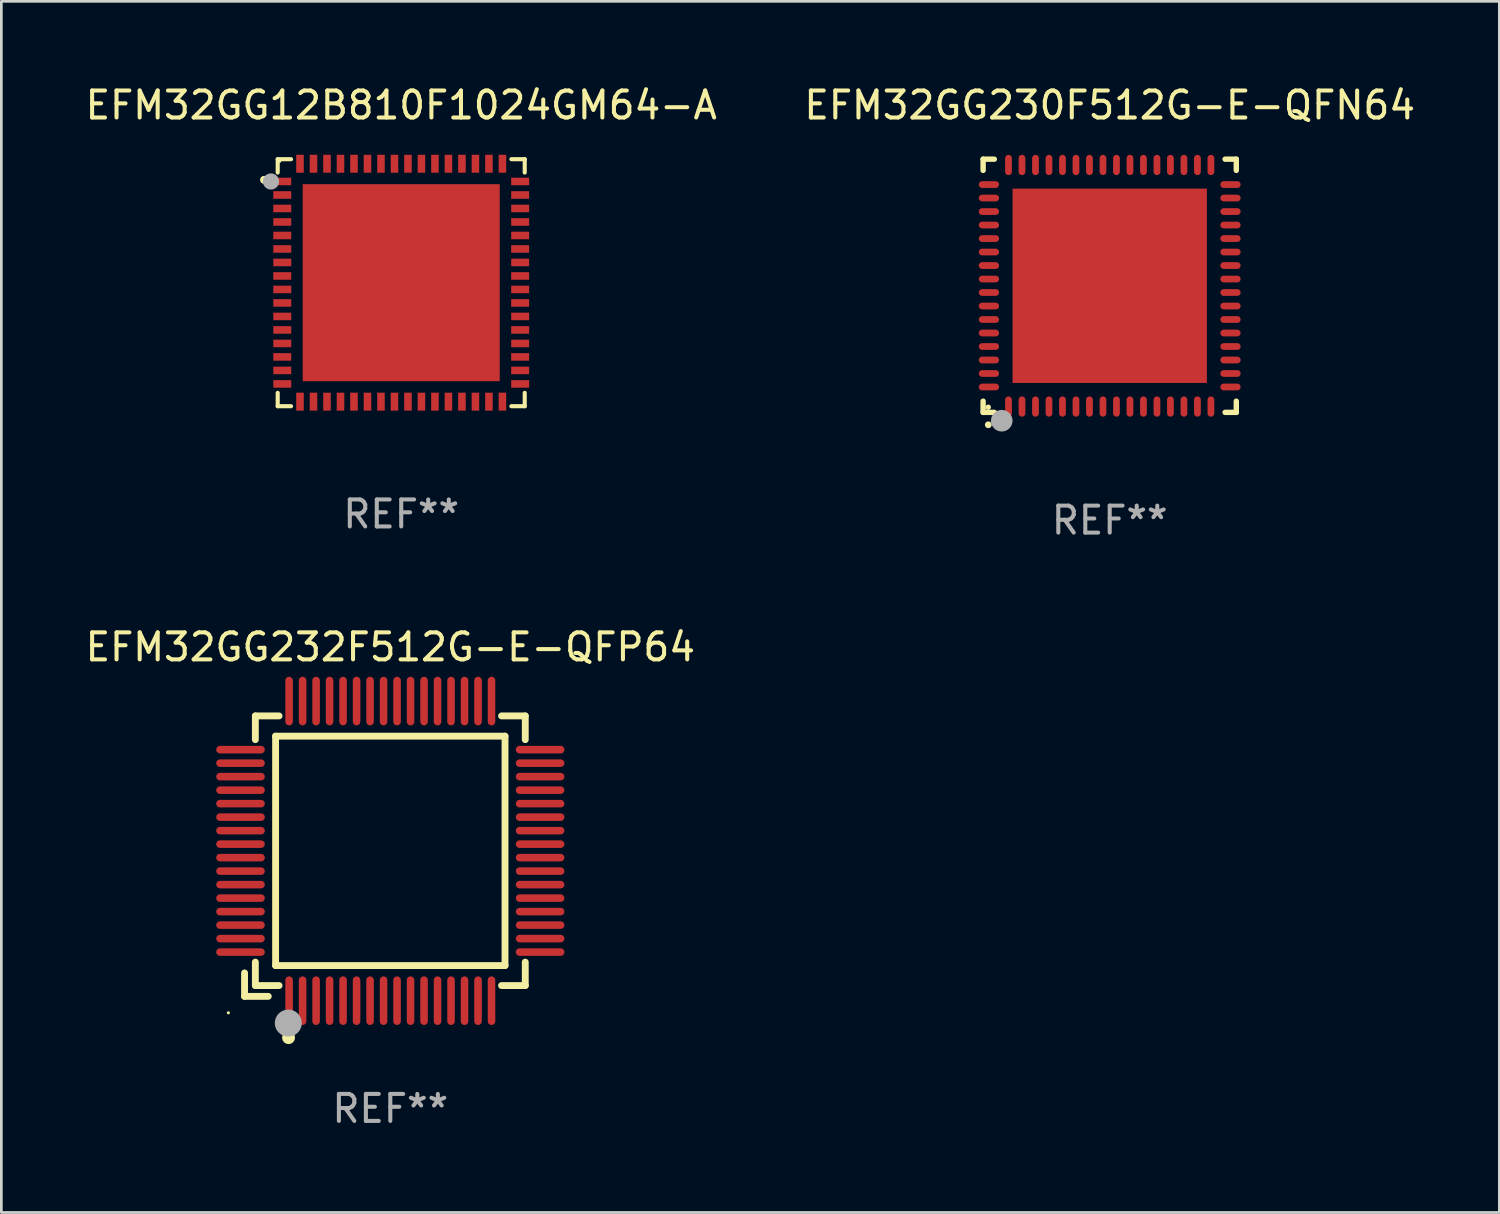
<source format=kicad_pcb>
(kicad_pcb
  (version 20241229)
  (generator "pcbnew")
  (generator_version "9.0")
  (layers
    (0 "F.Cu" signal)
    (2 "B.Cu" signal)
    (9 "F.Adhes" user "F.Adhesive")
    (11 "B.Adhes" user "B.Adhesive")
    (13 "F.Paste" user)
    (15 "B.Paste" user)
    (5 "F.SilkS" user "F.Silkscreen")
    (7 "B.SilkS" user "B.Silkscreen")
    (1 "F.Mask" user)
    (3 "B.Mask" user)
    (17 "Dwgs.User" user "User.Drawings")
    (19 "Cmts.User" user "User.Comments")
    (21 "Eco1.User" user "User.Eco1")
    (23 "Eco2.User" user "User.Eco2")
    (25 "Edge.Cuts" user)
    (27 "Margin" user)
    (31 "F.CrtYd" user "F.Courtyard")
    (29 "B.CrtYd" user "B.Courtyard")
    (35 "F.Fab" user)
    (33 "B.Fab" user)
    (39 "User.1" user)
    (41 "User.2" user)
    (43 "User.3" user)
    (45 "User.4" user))
  (footprint "EFM32GG12B810F1024GM64-A"
    (layer "F.Cu")
    (at 11.815 7.424)
    (property "Reference" "EFM32GG12B810F1024GM64-A" (at 0 -6.576 0) (layer "F.SilkS") (effects (font (size 1 1) (thickness 0.15))))
    (attr through_hole)
    (fp_line (start -4.576 -4.576) (end -4.576 -4.081) (stroke (width 0.152) (type solid)) (layer "F.SilkS"))
    (fp_line (start -4.576 4.576) (end -4.576 4.081) (stroke (width 0.152) (type solid)) (layer "F.SilkS"))
    (fp_line (start -4.081 -4.576) (end -4.576 -4.576) (stroke (width 0.152) (type solid)) (layer "F.SilkS"))
    (fp_line (start -4.081 4.576) (end -4.576 4.576) (stroke (width 0.152) (type solid)) (layer "F.SilkS"))
    (fp_line (start 4.081 -4.576) (end 4.576 -4.576) (stroke (width 0.152) (type solid)) (layer "F.SilkS"))
    (fp_line (start 4.081 4.576) (end 4.576 4.576) (stroke (width 0.152) (type solid)) (layer "F.SilkS"))
    (fp_line (start 4.576 -4.576) (end 4.576 -4.081) (stroke (width 0.152) (type solid)) (layer "F.SilkS"))
    (fp_line (start 4.576 4.576) (end 4.576 4.081) (stroke (width 0.152) (type solid)) (layer "F.SilkS"))
    (fp_circle (center -5.08 -3.81) (end -5.005 -3.81) (stroke (width 0.15) (type solid)) (fill no) (layer "F.SilkS"))
    (fp_circle (center -4.5 -4.5) (end -4.47 -4.5) (stroke (width 0.06) (type solid)) (fill no) (layer "F.SilkS"))
    (fp_circle (center -4.826 -3.75) (end -4.676 -3.75) (stroke (width 0.3) (type solid)) (fill no) (layer "F.Fab"))
    (fp_text user "REF**" (at 0 8.576 0) (layer "F.Fab") (effects (font (size 1 1) (thickness 0.15))))
    (pad "1" smd rect (at -4.407 -3.75) (size 0.665 0.28) (layers "F.Cu" "F.Mask" "F.Paste"))
    (pad "2" smd rect (at -4.407 -3.25) (size 0.665 0.28) (layers "F.Cu" "F.Mask" "F.Paste"))
    (pad "3" smd rect (at -4.407 -2.75) (size 0.665 0.28) (layers "F.Cu" "F.Mask" "F.Paste"))
    (pad "4" smd rect (at -4.407 -2.25) (size 0.665 0.28) (layers "F.Cu" "F.Mask" "F.Paste"))
    (pad "5" smd rect (at -4.407 -1.75) (size 0.665 0.28) (layers "F.Cu" "F.Mask" "F.Paste"))
    (pad "6" smd rect (at -4.407 -1.25) (size 0.665 0.28) (layers "F.Cu" "F.Mask" "F.Paste"))
    (pad "7" smd rect (at -4.407 -0.75) (size 0.665 0.28) (layers "F.Cu" "F.Mask" "F.Paste"))
    (pad "8" smd rect (at -4.407 -0.25) (size 0.665 0.28) (layers "F.Cu" "F.Mask" "F.Paste"))
    (pad "9" smd rect (at -4.407 0.25) (size 0.665 0.28) (layers "F.Cu" "F.Mask" "F.Paste"))
    (pad "10" smd rect (at -4.407 0.75) (size 0.665 0.28) (layers "F.Cu" "F.Mask" "F.Paste"))
    (pad "11" smd rect (at -4.407 1.25) (size 0.665 0.28) (layers "F.Cu" "F.Mask" "F.Paste"))
    (pad "12" smd rect (at -4.407 1.75) (size 0.665 0.28) (layers "F.Cu" "F.Mask" "F.Paste"))
    (pad "13" smd rect (at -4.407 2.25) (size 0.665 0.28) (layers "F.Cu" "F.Mask" "F.Paste"))
    (pad "14" smd rect (at -4.407 2.75) (size 0.665 0.28) (layers "F.Cu" "F.Mask" "F.Paste"))
    (pad "15" smd rect (at -4.407 3.25) (size 0.665 0.28) (layers "F.Cu" "F.Mask" "F.Paste"))
    (pad "16" smd rect (at -4.407 3.75) (size 0.665 0.28) (layers "F.Cu" "F.Mask" "F.Paste"))
    (pad "17" smd rect (at -3.75 4.407) (size 0.28 0.665) (layers "F.Cu" "F.Mask" "F.Paste"))
    (pad "18" smd rect (at -3.25 4.407) (size 0.28 0.665) (layers "F.Cu" "F.Mask" "F.Paste"))
    (pad "19" smd rect (at -2.75 4.407) (size 0.28 0.665) (layers "F.Cu" "F.Mask" "F.Paste"))
    (pad "20" smd rect (at -2.25 4.407) (size 0.28 0.665) (layers "F.Cu" "F.Mask" "F.Paste"))
    (pad "21" smd rect (at -1.75 4.407) (size 0.28 0.665) (layers "F.Cu" "F.Mask" "F.Paste"))
    (pad "22" smd rect (at -1.25 4.407) (size 0.28 0.665) (layers "F.Cu" "F.Mask" "F.Paste"))
    (pad "23" smd rect (at -0.75 4.407) (size 0.28 0.665) (layers "F.Cu" "F.Mask" "F.Paste"))
    (pad "24" smd rect (at -0.25 4.407) (size 0.28 0.665) (layers "F.Cu" "F.Mask" "F.Paste"))
    (pad "25" smd rect (at 0.25 4.407) (size 0.28 0.665) (layers "F.Cu" "F.Mask" "F.Paste"))
    (pad "26" smd rect (at 0.75 4.407) (size 0.28 0.665) (layers "F.Cu" "F.Mask" "F.Paste"))
    (pad "27" smd rect (at 1.25 4.407) (size 0.28 0.665) (layers "F.Cu" "F.Mask" "F.Paste"))
    (pad "28" smd rect (at 1.75 4.407) (size 0.28 0.665) (layers "F.Cu" "F.Mask" "F.Paste"))
    (pad "29" smd rect (at 2.25 4.407) (size 0.28 0.665) (layers "F.Cu" "F.Mask" "F.Paste"))
    (pad "30" smd rect (at 2.75 4.407) (size 0.28 0.665) (layers "F.Cu" "F.Mask" "F.Paste"))
    (pad "31" smd rect (at 3.25 4.407) (size 0.28 0.665) (layers "F.Cu" "F.Mask" "F.Paste"))
    (pad "32" smd rect (at 3.75 4.407) (size 0.28 0.665) (layers "F.Cu" "F.Mask" "F.Paste"))
    (pad "33" smd rect (at 4.407 3.75) (size 0.665 0.28) (layers "F.Cu" "F.Mask" "F.Paste"))
    (pad "34" smd rect (at 4.407 3.25) (size 0.665 0.28) (layers "F.Cu" "F.Mask" "F.Paste"))
    (pad "35" smd rect (at 4.407 2.75) (size 0.665 0.28) (layers "F.Cu" "F.Mask" "F.Paste"))
    (pad "36" smd rect (at 4.407 2.25) (size 0.665 0.28) (layers "F.Cu" "F.Mask" "F.Paste"))
    (pad "37" smd rect (at 4.407 1.75) (size 0.665 0.28) (layers "F.Cu" "F.Mask" "F.Paste"))
    (pad "38" smd rect (at 4.407 1.25) (size 0.665 0.28) (layers "F.Cu" "F.Mask" "F.Paste"))
    (pad "39" smd rect (at 4.407 0.75) (size 0.665 0.28) (layers "F.Cu" "F.Mask" "F.Paste"))
    (pad "40" smd rect (at 4.407 0.25) (size 0.665 0.28) (layers "F.Cu" "F.Mask" "F.Paste"))
    (pad "41" smd rect (at 4.407 -0.25) (size 0.665 0.28) (layers "F.Cu" "F.Mask" "F.Paste"))
    (pad "42" smd rect (at 4.407 -0.75) (size 0.665 0.28) (layers "F.Cu" "F.Mask" "F.Paste"))
    (pad "43" smd rect (at 4.407 -1.25) (size 0.665 0.28) (layers "F.Cu" "F.Mask" "F.Paste"))
    (pad "44" smd rect (at 4.407 -1.75) (size 0.665 0.28) (layers "F.Cu" "F.Mask" "F.Paste"))
    (pad "45" smd rect (at 4.407 -2.25) (size 0.665 0.28) (layers "F.Cu" "F.Mask" "F.Paste"))
    (pad "46" smd rect (at 4.407 -2.75) (size 0.665 0.28) (layers "F.Cu" "F.Mask" "F.Paste"))
    (pad "47" smd rect (at 4.407 -3.25) (size 0.665 0.28) (layers "F.Cu" "F.Mask" "F.Paste"))
    (pad "48" smd rect (at 4.407 -3.75) (size 0.665 0.28) (layers "F.Cu" "F.Mask" "F.Paste"))
    (pad "49" smd rect (at 3.75 -4.407) (size 0.28 0.665) (layers "F.Cu" "F.Mask" "F.Paste"))
    (pad "50" smd rect (at 3.25 -4.407) (size 0.28 0.665) (layers "F.Cu" "F.Mask" "F.Paste"))
    (pad "51" smd rect (at 2.75 -4.407) (size 0.28 0.665) (layers "F.Cu" "F.Mask" "F.Paste"))
    (pad "52" smd rect (at 2.25 -4.407) (size 0.28 0.665) (layers "F.Cu" "F.Mask" "F.Paste"))
    (pad "53" smd rect (at 1.75 -4.407) (size 0.28 0.665) (layers "F.Cu" "F.Mask" "F.Paste"))
    (pad "54" smd rect (at 1.25 -4.407) (size 0.28 0.665) (layers "F.Cu" "F.Mask" "F.Paste"))
    (pad "55" smd rect (at 0.75 -4.407) (size 0.28 0.665) (layers "F.Cu" "F.Mask" "F.Paste"))
    (pad "56" smd rect (at 0.25 -4.407) (size 0.28 0.665) (layers "F.Cu" "F.Mask" "F.Paste"))
    (pad "57" smd rect (at -0.25 -4.407) (size 0.28 0.665) (layers "F.Cu" "F.Mask" "F.Paste"))
    (pad "58" smd rect (at -0.75 -4.407) (size 0.28 0.665) (layers "F.Cu" "F.Mask" "F.Paste"))
    (pad "59" smd rect (at -1.25 -4.407) (size 0.28 0.665) (layers "F.Cu" "F.Mask" "F.Paste"))
    (pad "60" smd rect (at -1.75 -4.407) (size 0.28 0.665) (layers "F.Cu" "F.Mask" "F.Paste"))
    (pad "61" smd rect (at -2.25 -4.407) (size 0.28 0.665) (layers "F.Cu" "F.Mask" "F.Paste"))
    (pad "62" smd rect (at -2.75 -4.407) (size 0.28 0.665) (layers "F.Cu" "F.Mask" "F.Paste"))
    (pad "63" smd rect (at -3.25 -4.407) (size 0.28 0.665) (layers "F.Cu" "F.Mask" "F.Paste"))
    (pad "64" smd rect (at -3.75 -4.407) (size 0.28 0.665) (layers "F.Cu" "F.Mask" "F.Paste"))
    (pad "65" smd rect (at 0 0) (size 7.3 7.3) (layers "F.Cu" "F.Mask" "F.Paste")))
  (footprint "EFM32GG232F512G-E-QFP64"
    (layer "F.Cu")
    (at 11.411 28.475)
    (property "Reference" "EFM32GG232F512G-E-QFP64" (at 0 -7.55 0) (layer "F.SilkS") (effects (font (size 1 1) (thickness 0.15))))
    (attr through_hole)
    (fp_line (start -5.4 4.521) (end -5.4 5.39) (stroke (width 0.254) (type solid)) (layer "F.SilkS"))
    (fp_line (start -5.4 5.39) (end -4.521 5.39) (stroke (width 0.254) (type solid)) (layer "F.SilkS"))
    (fp_line (start -5 -5) (end -5 -4.121) (stroke (width 0.254) (type solid)) (layer "F.SilkS"))
    (fp_line (start -5 4.121) (end -5 4.99) (stroke (width 0.254) (type solid)) (layer "F.SilkS"))
    (fp_line (start -5 4.99) (end -4.121 4.99) (stroke (width 0.254) (type solid)) (layer "F.SilkS"))
    (fp_line (start -4.25 -4.25) (end -4.25 4.25) (stroke (width 0.254) (type solid)) (layer "F.SilkS"))
    (fp_line (start -4.25 4.25) (end 4.25 4.25) (stroke (width 0.254) (type solid)) (layer "F.SilkS"))
    (fp_line (start -4.121 -5) (end -5 -5) (stroke (width 0.254) (type solid)) (layer "F.SilkS"))
    (fp_line (start 4.121 4.99) (end 5 4.99) (stroke (width 0.254) (type solid)) (layer "F.SilkS"))
    (fp_line (start 4.25 -4.25) (end -4.25 -4.25) (stroke (width 0.254) (type solid)) (layer "F.SilkS"))
    (fp_line (start 4.25 4.25) (end 4.25 -4.25) (stroke (width 0.254) (type solid)) (layer "F.SilkS"))
    (fp_line (start 5 -5) (end 4.121 -5) (stroke (width 0.254) (type solid)) (layer "F.SilkS"))
    (fp_line (start 5 -4.121) (end 5 -5) (stroke (width 0.254) (type solid)) (layer "F.SilkS"))
    (fp_line (start 5 4.99) (end 5 4.121) (stroke (width 0.254) (type solid)) (layer "F.SilkS"))
    (fp_circle (center -6 6) (end -5.97 6) (stroke (width 0.06) (type solid)) (fill no) (layer "F.SilkS"))
    (fp_circle (center -3.77 6.92) (end -3.65 6.92) (stroke (width 0.24) (type solid)) (fill no) (layer "F.SilkS"))
    (fp_circle (center -3.78 6.38) (end -3.53 6.38) (stroke (width 0.5) (type solid)) (fill no) (layer "F.Fab"))
    (fp_text user "REF**" (at 0 9.55 0) (layer "F.Fab") (effects (font (size 1 1) (thickness 0.15))))
    (pad "1" smd oval (at -3.75 5.55) (size 0.28 1.8) (layers "F.Cu" "F.Mask" "F.Paste"))
    (pad "2" smd oval (at -3.25 5.55) (size 0.28 1.8) (layers "F.Cu" "F.Mask" "F.Paste"))
    (pad "3" smd oval (at -2.75 5.55) (size 0.28 1.8) (layers "F.Cu" "F.Mask" "F.Paste"))
    (pad "4" smd oval (at -2.25 5.55) (size 0.28 1.8) (layers "F.Cu" "F.Mask" "F.Paste"))
    (pad "5" smd oval (at -1.75 5.55) (size 0.28 1.8) (layers "F.Cu" "F.Mask" "F.Paste"))
    (pad "6" smd oval (at -1.25 5.55) (size 0.28 1.8) (layers "F.Cu" "F.Mask" "F.Paste"))
    (pad "7" smd oval (at -0.75 5.55) (size 0.28 1.8) (layers "F.Cu" "F.Mask" "F.Paste"))
    (pad "8" smd oval (at -0.25 5.55) (size 0.28 1.8) (layers "F.Cu" "F.Mask" "F.Paste"))
    (pad "9" smd oval (at 0.25 5.55) (size 0.28 1.8) (layers "F.Cu" "F.Mask" "F.Paste"))
    (pad "10" smd oval (at 0.75 5.55) (size 0.28 1.8) (layers "F.Cu" "F.Mask" "F.Paste"))
    (pad "11" smd oval (at 1.25 5.55) (size 0.28 1.8) (layers "F.Cu" "F.Mask" "F.Paste"))
    (pad "12" smd oval (at 1.75 5.55) (size 0.28 1.8) (layers "F.Cu" "F.Mask" "F.Paste"))
    (pad "13" smd oval (at 2.25 5.55) (size 0.28 1.8) (layers "F.Cu" "F.Mask" "F.Paste"))
    (pad "14" smd oval (at 2.75 5.55) (size 0.28 1.8) (layers "F.Cu" "F.Mask" "F.Paste"))
    (pad "15" smd oval (at 3.25 5.55) (size 0.28 1.8) (layers "F.Cu" "F.Mask" "F.Paste"))
    (pad "16" smd oval (at 3.75 5.55) (size 0.28 1.8) (layers "F.Cu" "F.Mask" "F.Paste"))
    (pad "17" smd oval (at 5.55 3.75) (size 1.8 0.28) (layers "F.Cu" "F.Mask" "F.Paste"))
    (pad "18" smd oval (at 5.55 3.25) (size 1.8 0.28) (layers "F.Cu" "F.Mask" "F.Paste"))
    (pad "19" smd oval (at 5.55 2.75) (size 1.8 0.28) (layers "F.Cu" "F.Mask" "F.Paste"))
    (pad "20" smd oval (at 5.55 2.25) (size 1.8 0.28) (layers "F.Cu" "F.Mask" "F.Paste"))
    (pad "21" smd oval (at 5.55 1.75) (size 1.8 0.28) (layers "F.Cu" "F.Mask" "F.Paste"))
    (pad "22" smd oval (at 5.55 1.25) (size 1.8 0.28) (layers "F.Cu" "F.Mask" "F.Paste"))
    (pad "23" smd oval (at 5.55 0.75) (size 1.8 0.28) (layers "F.Cu" "F.Mask" "F.Paste"))
    (pad "24" smd oval (at 5.55 0.25) (size 1.8 0.28) (layers "F.Cu" "F.Mask" "F.Paste"))
    (pad "25" smd oval (at 5.55 -0.25) (size 1.8 0.28) (layers "F.Cu" "F.Mask" "F.Paste"))
    (pad "26" smd oval (at 5.55 -0.75) (size 1.8 0.28) (layers "F.Cu" "F.Mask" "F.Paste"))
    (pad "27" smd oval (at 5.55 -1.25) (size 1.8 0.28) (layers "F.Cu" "F.Mask" "F.Paste"))
    (pad "28" smd oval (at 5.55 -1.75) (size 1.8 0.28) (layers "F.Cu" "F.Mask" "F.Paste"))
    (pad "29" smd oval (at 5.55 -2.25) (size 1.8 0.28) (layers "F.Cu" "F.Mask" "F.Paste"))
    (pad "30" smd oval (at 5.55 -2.75) (size 1.8 0.28) (layers "F.Cu" "F.Mask" "F.Paste"))
    (pad "31" smd oval (at 5.55 -3.25) (size 1.8 0.28) (layers "F.Cu" "F.Mask" "F.Paste"))
    (pad "32" smd oval (at 5.55 -3.75) (size 1.8 0.28) (layers "F.Cu" "F.Mask" "F.Paste"))
    (pad "33" smd oval (at 3.75 -5.55) (size 0.28 1.8) (layers "F.Cu" "F.Mask" "F.Paste"))
    (pad "34" smd oval (at 3.25 -5.55) (size 0.28 1.8) (layers "F.Cu" "F.Mask" "F.Paste"))
    (pad "35" smd oval (at 2.75 -5.55) (size 0.28 1.8) (layers "F.Cu" "F.Mask" "F.Paste"))
    (pad "36" smd oval (at 2.25 -5.55) (size 0.28 1.8) (layers "F.Cu" "F.Mask" "F.Paste"))
    (pad "37" smd oval (at 1.75 -5.55) (size 0.28 1.8) (layers "F.Cu" "F.Mask" "F.Paste"))
    (pad "38" smd oval (at 1.25 -5.55) (size 0.28 1.8) (layers "F.Cu" "F.Mask" "F.Paste"))
    (pad "39" smd oval (at 0.75 -5.55) (size 0.28 1.8) (layers "F.Cu" "F.Mask" "F.Paste"))
    (pad "40" smd oval (at 0.25 -5.55) (size 0.28 1.8) (layers "F.Cu" "F.Mask" "F.Paste"))
    (pad "41" smd oval (at -0.25 -5.55) (size 0.28 1.8) (layers "F.Cu" "F.Mask" "F.Paste"))
    (pad "42" smd oval (at -0.75 -5.55) (size 0.28 1.8) (layers "F.Cu" "F.Mask" "F.Paste"))
    (pad "43" smd oval (at -1.25 -5.55) (size 0.28 1.8) (layers "F.Cu" "F.Mask" "F.Paste"))
    (pad "44" smd oval (at -1.75 -5.55) (size 0.28 1.8) (layers "F.Cu" "F.Mask" "F.Paste"))
    (pad "45" smd oval (at -2.25 -5.55) (size 0.28 1.8) (layers "F.Cu" "F.Mask" "F.Paste"))
    (pad "46" smd oval (at -2.75 -5.55) (size 0.28 1.8) (layers "F.Cu" "F.Mask" "F.Paste"))
    (pad "47" smd oval (at -3.25 -5.55) (size 0.28 1.8) (layers "F.Cu" "F.Mask" "F.Paste"))
    (pad "48" smd oval (at -3.75 -5.55) (size 0.28 1.8) (layers "F.Cu" "F.Mask" "F.Paste"))
    (pad "49" smd oval (at -5.55 -3.75) (size 1.8 0.28) (layers "F.Cu" "F.Mask" "F.Paste"))
    (pad "50" smd oval (at -5.55 -3.25) (size 1.8 0.28) (layers "F.Cu" "F.Mask" "F.Paste"))
    (pad "51" smd oval (at -5.55 -2.75) (size 1.8 0.28) (layers "F.Cu" "F.Mask" "F.Paste"))
    (pad "52" smd oval (at -5.55 -2.25) (size 1.8 0.28) (layers "F.Cu" "F.Mask" "F.Paste"))
    (pad "53" smd oval (at -5.55 -1.75) (size 1.8 0.28) (layers "F.Cu" "F.Mask" "F.Paste"))
    (pad "54" smd oval (at -5.55 -1.25) (size 1.8 0.28) (layers "F.Cu" "F.Mask" "F.Paste"))
    (pad "55" smd oval (at -5.55 -0.75) (size 1.8 0.28) (layers "F.Cu" "F.Mask" "F.Paste"))
    (pad "56" smd oval (at -5.55 -0.25) (size 1.8 0.28) (layers "F.Cu" "F.Mask" "F.Paste"))
    (pad "57" smd oval (at -5.55 0.25) (size 1.8 0.28) (layers "F.Cu" "F.Mask" "F.Paste"))
    (pad "58" smd oval (at -5.55 0.75) (size 1.8 0.28) (layers "F.Cu" "F.Mask" "F.Paste"))
    (pad "59" smd oval (at -5.55 1.25) (size 1.8 0.28) (layers "F.Cu" "F.Mask" "F.Paste"))
    (pad "60" smd oval (at -5.55 1.75) (size 1.8 0.28) (layers "F.Cu" "F.Mask" "F.Paste"))
    (pad "61" smd oval (at -5.55 2.25) (size 1.8 0.28) (layers "F.Cu" "F.Mask" "F.Paste"))
    (pad "62" smd oval (at -5.55 2.75) (size 1.8 0.28) (layers "F.Cu" "F.Mask" "F.Paste"))
    (pad "63" smd oval (at -5.55 3.25) (size 1.8 0.28) (layers "F.Cu" "F.Mask" "F.Paste"))
    (pad "64" smd oval (at -5.55 3.75) (size 1.8 0.28) (layers "F.Cu" "F.Mask" "F.Paste")))
  (footprint "EFM32GG230F512G-E-QFN64"
    (layer "F.Cu")
    (at 38.065 7.538)
    (property "Reference" "EFM32GG230F512G-E-QFN64" (at 0 -6.69 0) (layer "F.SilkS") (effects (font (size 1 1) (thickness 0.15))))
    (attr through_hole)
    (fp_line (start -4.69 -4.69) (end -4.275 -4.69) (stroke (width 0.2) (type solid)) (layer "F.SilkS"))
    (fp_line (start -4.69 -4.275) (end -4.69 -4.69) (stroke (width 0.2) (type solid)) (layer "F.SilkS"))
    (fp_line (start -4.69 4.69) (end -4.69 4.275) (stroke (width 0.2) (type solid)) (layer "F.SilkS"))
    (fp_line (start -4.275 4.69) (end -4.69 4.69) (stroke (width 0.2) (type solid)) (layer "F.SilkS"))
    (fp_line (start 4.275 4.69) (end 4.69 4.69) (stroke (width 0.2) (type solid)) (layer "F.SilkS"))
    (fp_line (start 4.69 -4.69) (end 4.275 -4.69) (stroke (width 0.2) (type solid)) (layer "F.SilkS"))
    (fp_line (start 4.69 -4.275) (end 4.69 -4.69) (stroke (width 0.2) (type solid)) (layer "F.SilkS"))
    (fp_line (start 4.69 4.69) (end 4.69 4.275) (stroke (width 0.2) (type solid)) (layer "F.SilkS"))
    (fp_arc (start -4.499886 5.15) (mid -4.498616 5.149994) (end -4.497346 5.15) (stroke (width 0.24892) (type solid)) (layer "F.SilkS"))
    (fp_circle (center -4.5 4.5) (end -4.45 4.5) (stroke (width 0.1) (type solid)) (fill no) (layer "F.SilkS"))
    (fp_circle (center -4 5) (end -3.8 5) (stroke (width 0.4) (type solid)) (fill no) (layer "F.Fab"))
    (fp_text user "REF**" (at 0 8.69 0) (layer "F.Fab") (effects (font (size 1 1) (thickness 0.15))))
    (pad "1" smd oval (at -3.75 4.475) (size 0.25 0.75) (layers "F.Cu" "F.Mask" "F.Paste"))
    (pad "2" smd oval (at -3.25 4.475) (size 0.25 0.75) (layers "F.Cu" "F.Mask" "F.Paste"))
    (pad "3" smd oval (at -2.75 4.475) (size 0.25 0.75) (layers "F.Cu" "F.Mask" "F.Paste"))
    (pad "4" smd oval (at -2.25 4.475) (size 0.25 0.75) (layers "F.Cu" "F.Mask" "F.Paste"))
    (pad "5" smd oval (at -1.75 4.475) (size 0.25 0.75) (layers "F.Cu" "F.Mask" "F.Paste"))
    (pad "6" smd oval (at -1.25 4.475) (size 0.25 0.75) (layers "F.Cu" "F.Mask" "F.Paste"))
    (pad "7" smd oval (at -0.75 4.475) (size 0.25 0.75) (layers "F.Cu" "F.Mask" "F.Paste"))
    (pad "8" smd oval (at -0.25 4.475) (size 0.25 0.75) (layers "F.Cu" "F.Mask" "F.Paste"))
    (pad "9" smd oval (at 0.25 4.475) (size 0.25 0.75) (layers "F.Cu" "F.Mask" "F.Paste"))
    (pad "10" smd oval (at 0.75 4.475) (size 0.25 0.75) (layers "F.Cu" "F.Mask" "F.Paste"))
    (pad "11" smd oval (at 1.25 4.475) (size 0.25 0.75) (layers "F.Cu" "F.Mask" "F.Paste"))
    (pad "12" smd oval (at 1.75 4.475) (size 0.25 0.75) (layers "F.Cu" "F.Mask" "F.Paste"))
    (pad "13" smd oval (at 2.25 4.475) (size 0.25 0.75) (layers "F.Cu" "F.Mask" "F.Paste"))
    (pad "14" smd oval (at 2.75 4.475) (size 0.25 0.75) (layers "F.Cu" "F.Mask" "F.Paste"))
    (pad "15" smd oval (at 3.25 4.475) (size 0.25 0.75) (layers "F.Cu" "F.Mask" "F.Paste"))
    (pad "16" smd oval (at 3.75 4.475) (size 0.25 0.75) (layers "F.Cu" "F.Mask" "F.Paste"))
    (pad "17" smd oval (at 4.475 3.75) (size 0.75 0.25) (layers "F.Cu" "F.Mask" "F.Paste"))
    (pad "18" smd oval (at 4.475 3.25) (size 0.75 0.25) (layers "F.Cu" "F.Mask" "F.Paste"))
    (pad "19" smd oval (at 4.475 2.75) (size 0.75 0.25) (layers "F.Cu" "F.Mask" "F.Paste"))
    (pad "20" smd oval (at 4.475 2.25) (size 0.75 0.25) (layers "F.Cu" "F.Mask" "F.Paste"))
    (pad "21" smd oval (at 4.475 1.75) (size 0.75 0.25) (layers "F.Cu" "F.Mask" "F.Paste"))
    (pad "22" smd oval (at 4.475 1.25) (size 0.75 0.25) (layers "F.Cu" "F.Mask" "F.Paste"))
    (pad "23" smd oval (at 4.475 0.75) (size 0.75 0.25) (layers "F.Cu" "F.Mask" "F.Paste"))
    (pad "24" smd oval (at 4.475 0.25) (size 0.75 0.25) (layers "F.Cu" "F.Mask" "F.Paste"))
    (pad "25" smd oval (at 4.475 -0.25) (size 0.75 0.25) (layers "F.Cu" "F.Mask" "F.Paste"))
    (pad "26" smd oval (at 4.475 -0.75) (size 0.75 0.25) (layers "F.Cu" "F.Mask" "F.Paste"))
    (pad "27" smd oval (at 4.475 -1.25) (size 0.75 0.25) (layers "F.Cu" "F.Mask" "F.Paste"))
    (pad "28" smd oval (at 4.475 -1.75) (size 0.75 0.25) (layers "F.Cu" "F.Mask" "F.Paste"))
    (pad "29" smd oval (at 4.475 -2.25) (size 0.75 0.25) (layers "F.Cu" "F.Mask" "F.Paste"))
    (pad "30" smd oval (at 4.475 -2.75) (size 0.75 0.25) (layers "F.Cu" "F.Mask" "F.Paste"))
    (pad "31" smd oval (at 4.475 -3.25) (size 0.75 0.25) (layers "F.Cu" "F.Mask" "F.Paste"))
    (pad "32" smd oval (at 4.475 -3.75) (size 0.75 0.25) (layers "F.Cu" "F.Mask" "F.Paste"))
    (pad "33" smd oval (at 3.75 -4.475) (size 0.25 0.75) (layers "F.Cu" "F.Mask" "F.Paste"))
    (pad "34" smd oval (at 3.25 -4.475) (size 0.25 0.75) (layers "F.Cu" "F.Mask" "F.Paste"))
    (pad "35" smd oval (at 2.75 -4.475) (size 0.25 0.75) (layers "F.Cu" "F.Mask" "F.Paste"))
    (pad "36" smd oval (at 2.25 -4.475) (size 0.25 0.75) (layers "F.Cu" "F.Mask" "F.Paste"))
    (pad "37" smd oval (at 1.75 -4.475) (size 0.25 0.75) (layers "F.Cu" "F.Mask" "F.Paste"))
    (pad "38" smd oval (at 1.25 -4.475) (size 0.25 0.75) (layers "F.Cu" "F.Mask" "F.Paste"))
    (pad "39" smd oval (at 0.75 -4.475) (size 0.25 0.75) (layers "F.Cu" "F.Mask" "F.Paste"))
    (pad "40" smd oval (at 0.25 -4.475) (size 0.25 0.75) (layers "F.Cu" "F.Mask" "F.Paste"))
    (pad "41" smd oval (at -0.25 -4.475) (size 0.25 0.75) (layers "F.Cu" "F.Mask" "F.Paste"))
    (pad "42" smd oval (at -0.75 -4.475) (size 0.25 0.75) (layers "F.Cu" "F.Mask" "F.Paste"))
    (pad "43" smd oval (at -1.25 -4.475) (size 0.25 0.75) (layers "F.Cu" "F.Mask" "F.Paste"))
    (pad "44" smd oval (at -1.75 -4.475) (size 0.25 0.75) (layers "F.Cu" "F.Mask" "F.Paste"))
    (pad "45" smd oval (at -2.25 -4.475) (size 0.25 0.75) (layers "F.Cu" "F.Mask" "F.Paste"))
    (pad "46" smd oval (at -2.75 -4.475) (size 0.25 0.75) (layers "F.Cu" "F.Mask" "F.Paste"))
    (pad "47" smd oval (at -3.25 -4.475) (size 0.25 0.75) (layers "F.Cu" "F.Mask" "F.Paste"))
    (pad "48" smd oval (at -3.75 -4.475) (size 0.25 0.75) (layers "F.Cu" "F.Mask" "F.Paste"))
    (pad "49" smd oval (at -4.475 -3.75) (size 0.75 0.25) (layers "F.Cu" "F.Mask" "F.Paste"))
    (pad "50" smd oval (at -4.475 -3.25) (size 0.75 0.25) (layers "F.Cu" "F.Mask" "F.Paste"))
    (pad "51" smd oval (at -4.475 -2.75) (size 0.75 0.25) (layers "F.Cu" "F.Mask" "F.Paste"))
    (pad "52" smd oval (at -4.475 -2.25) (size 0.75 0.25) (layers "F.Cu" "F.Mask" "F.Paste"))
    (pad "53" smd oval (at -4.475 -1.75) (size 0.75 0.25) (layers "F.Cu" "F.Mask" "F.Paste"))
    (pad "54" smd oval (at -4.475 -1.25) (size 0.75 0.25) (layers "F.Cu" "F.Mask" "F.Paste"))
    (pad "55" smd oval (at -4.475 -0.75) (size 0.75 0.25) (layers "F.Cu" "F.Mask" "F.Paste"))
    (pad "56" smd oval (at -4.475 -0.25) (size 0.75 0.25) (layers "F.Cu" "F.Mask" "F.Paste"))
    (pad "57" smd oval (at -4.475 0.25) (size 0.75 0.25) (layers "F.Cu" "F.Mask" "F.Paste"))
    (pad "58" smd oval (at -4.475 0.75) (size 0.75 0.25) (layers "F.Cu" "F.Mask" "F.Paste"))
    (pad "59" smd oval (at -4.475 1.25) (size 0.75 0.25) (layers "F.Cu" "F.Mask" "F.Paste"))
    (pad "60" smd oval (at -4.475 1.75) (size 0.75 0.25) (layers "F.Cu" "F.Mask" "F.Paste"))
    (pad "61" smd oval (at -4.475 2.25) (size 0.75 0.25) (layers "F.Cu" "F.Mask" "F.Paste"))
    (pad "62" smd oval (at -4.475 2.75) (size 0.75 0.25) (layers "F.Cu" "F.Mask" "F.Paste"))
    (pad "63" smd oval (at -4.475 3.25) (size 0.75 0.25) (layers "F.Cu" "F.Mask" "F.Paste"))
    (pad "64" smd oval (at -4.475 3.75) (size 0.75 0.25) (layers "F.Cu" "F.Mask" "F.Paste"))
    (pad "65" smd rect (at 0.000368 0.000013) (size 7.2 7.2) (layers "F.Cu" "F.Mask" "F.Paste")))
  (gr_rect
    (start -3 -3)
    (end 52.5 41.873)
    (stroke (width 0.1) (type default))
    (fill no)
    (layer "Edge.Cuts")))
</source>
